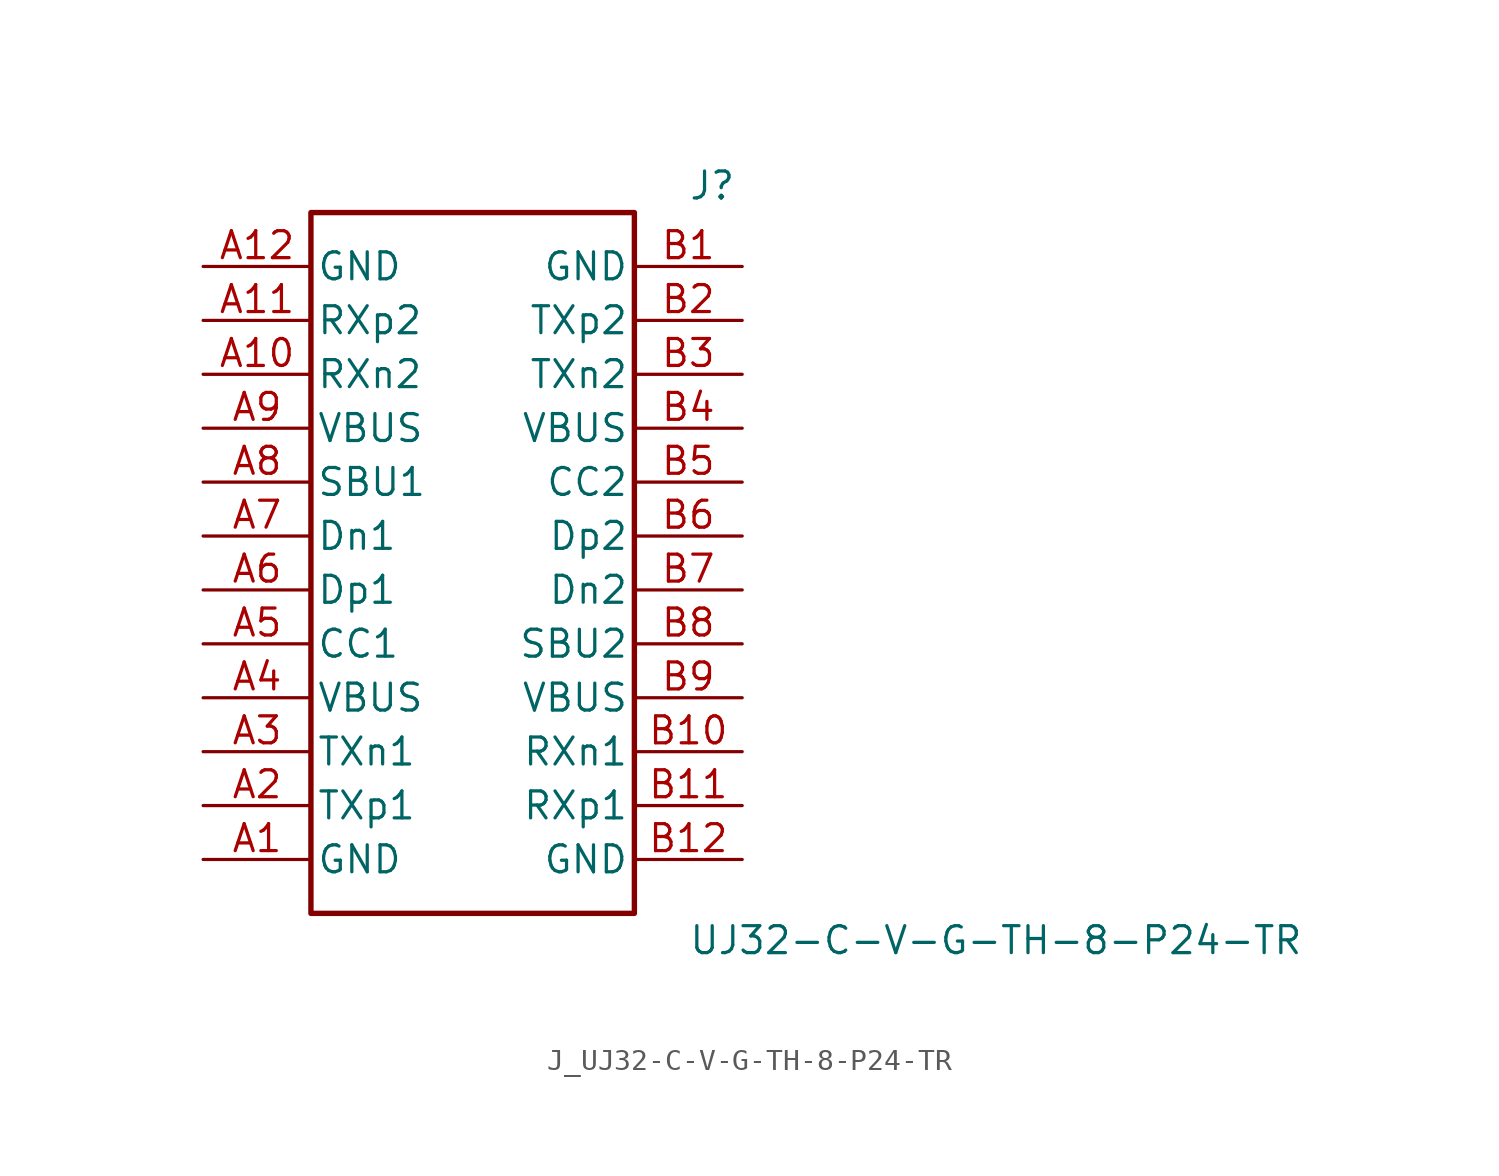
<source format=kicad_sym>
(kicad_symbol_lib
  (version 20231120)
  (generator kicad_symbol_editor)
  (generator_version 8.0)
  (symbol "J_UJ32-C-V-G-TH-8-P24-TR"
    (pin_names
      (offset 0.254))
    (property "Reference" "J"
      (at 10.16 17.78 0)
      (effects (font (size 1.27 1.27)) (justify left)))
    (property "Value" "UJ32-C-V-G-TH-8-P24-TR"
      (at 10.16 -17.78 0)
      (effects (font (size 1.27 1.27)) (justify left)))
    (symbol "J_UJ32-C-V-G-TH-8-P24-TR_0_0"
      (pin passive line (at -12.7 13.97 0) (length 5.08) (name "GND" (effects (font (size 1.27 1.27)))) (number "A12" (effects (font (size 1.27 1.27)))))
      (pin passive line (at 12.7 13.97 180) (length 5.08) (name "GND" (effects (font (size 1.27 1.27)))) (number "B1" (effects (font (size 1.27 1.27)))))
      (pin passive line (at -12.7 11.43 0) (length 5.08) (name "RXp2" (effects (font (size 1.27 1.27)))) (number "A11" (effects (font (size 1.27 1.27)))))
      (pin passive line (at 12.7 11.43 180) (length 5.08) (name "TXp2" (effects (font (size 1.27 1.27)))) (number "B2" (effects (font (size 1.27 1.27)))))
      (pin passive line (at -12.7 8.89 0) (length 5.08) (name "RXn2" (effects (font (size 1.27 1.27)))) (number "A10" (effects (font (size 1.27 1.27)))))
      (pin passive line (at 12.7 8.89 180) (length 5.08) (name "TXn2" (effects (font (size 1.27 1.27)))) (number "B3" (effects (font (size 1.27 1.27)))))
      (pin passive line (at -12.7 6.35 0) (length 5.08) (name "VBUS" (effects (font (size 1.27 1.27)))) (number "A9" (effects (font (size 1.27 1.27)))))
      (pin passive line (at 12.7 6.35 180) (length 5.08) (name "VBUS" (effects (font (size 1.27 1.27)))) (number "B4" (effects (font (size 1.27 1.27)))))
      (pin passive line (at -12.7 3.81 0) (length 5.08) (name "SBU1" (effects (font (size 1.27 1.27)))) (number "A8" (effects (font (size 1.27 1.27)))))
      (pin passive line (at 12.7 3.81 180) (length 5.08) (name "CC2" (effects (font (size 1.27 1.27)))) (number "B5" (effects (font (size 1.27 1.27)))))
      (pin passive line (at -12.7 1.27 0) (length 5.08) (name "Dn1" (effects (font (size 1.27 1.27)))) (number "A7" (effects (font (size 1.27 1.27)))))
      (pin passive line (at 12.7 1.27 180) (length 5.08) (name "Dp2" (effects (font (size 1.27 1.27)))) (number "B6" (effects (font (size 1.27 1.27)))))
      (pin passive line (at -12.7 -1.27 0) (length 5.08) (name "Dp1" (effects (font (size 1.27 1.27)))) (number "A6" (effects (font (size 1.27 1.27)))))
      (pin passive line (at 12.7 -1.27 180) (length 5.08) (name "Dn2" (effects (font (size 1.27 1.27)))) (number "B7" (effects (font (size 1.27 1.27)))))
      (pin passive line (at -12.7 -3.81 0) (length 5.08) (name "CC1" (effects (font (size 1.27 1.27)))) (number "A5" (effects (font (size 1.27 1.27)))))
      (pin passive line (at 12.7 -3.81 180) (length 5.08) (name "SBU2" (effects (font (size 1.27 1.27)))) (number "B8" (effects (font (size 1.27 1.27)))))
      (pin passive line (at -12.7 -6.35 0) (length 5.08) (name "VBUS" (effects (font (size 1.27 1.27)))) (number "A4" (effects (font (size 1.27 1.27)))))
      (pin passive line (at 12.7 -6.35 180) (length 5.08) (name "VBUS" (effects (font (size 1.27 1.27)))) (number "B9" (effects (font (size 1.27 1.27)))))
      (pin passive line (at -12.7 -8.89 0) (length 5.08) (name "TXn1" (effects (font (size 1.27 1.27)))) (number "A3" (effects (font (size 1.27 1.27)))))
      (pin passive line (at 12.7 -8.89 180) (length 5.08) (name "RXn1" (effects (font (size 1.27 1.27)))) (number "B10" (effects (font (size 1.27 1.27)))))
      (pin passive line (at -12.7 -11.43 0) (length 5.08) (name "TXp1" (effects (font (size 1.27 1.27)))) (number "A2" (effects (font (size 1.27 1.27)))))
      (pin passive line (at 12.7 -11.43 180) (length 5.08) (name "RXp1" (effects (font (size 1.27 1.27)))) (number "B11" (effects (font (size 1.27 1.27)))))
      (pin passive line (at -12.7 -13.97 0) (length 5.08) (name "GND" (effects (font (size 1.27 1.27)))) (number "A1" (effects (font (size 1.27 1.27)))))
      (pin passive line (at 12.7 -13.97 180) (length 5.08) (name "GND" (effects (font (size 1.27 1.27)))) (number "B12" (effects (font (size 1.27 1.27))))))
    (symbol "J_UJ32-C-V-G-TH-8-P24-TR_1_0"
      (rectangle (start -7.62 16.51) (end 7.62 -16.51) (stroke (width 0.254) (type solid)) (fill (type none))))))
</source>
